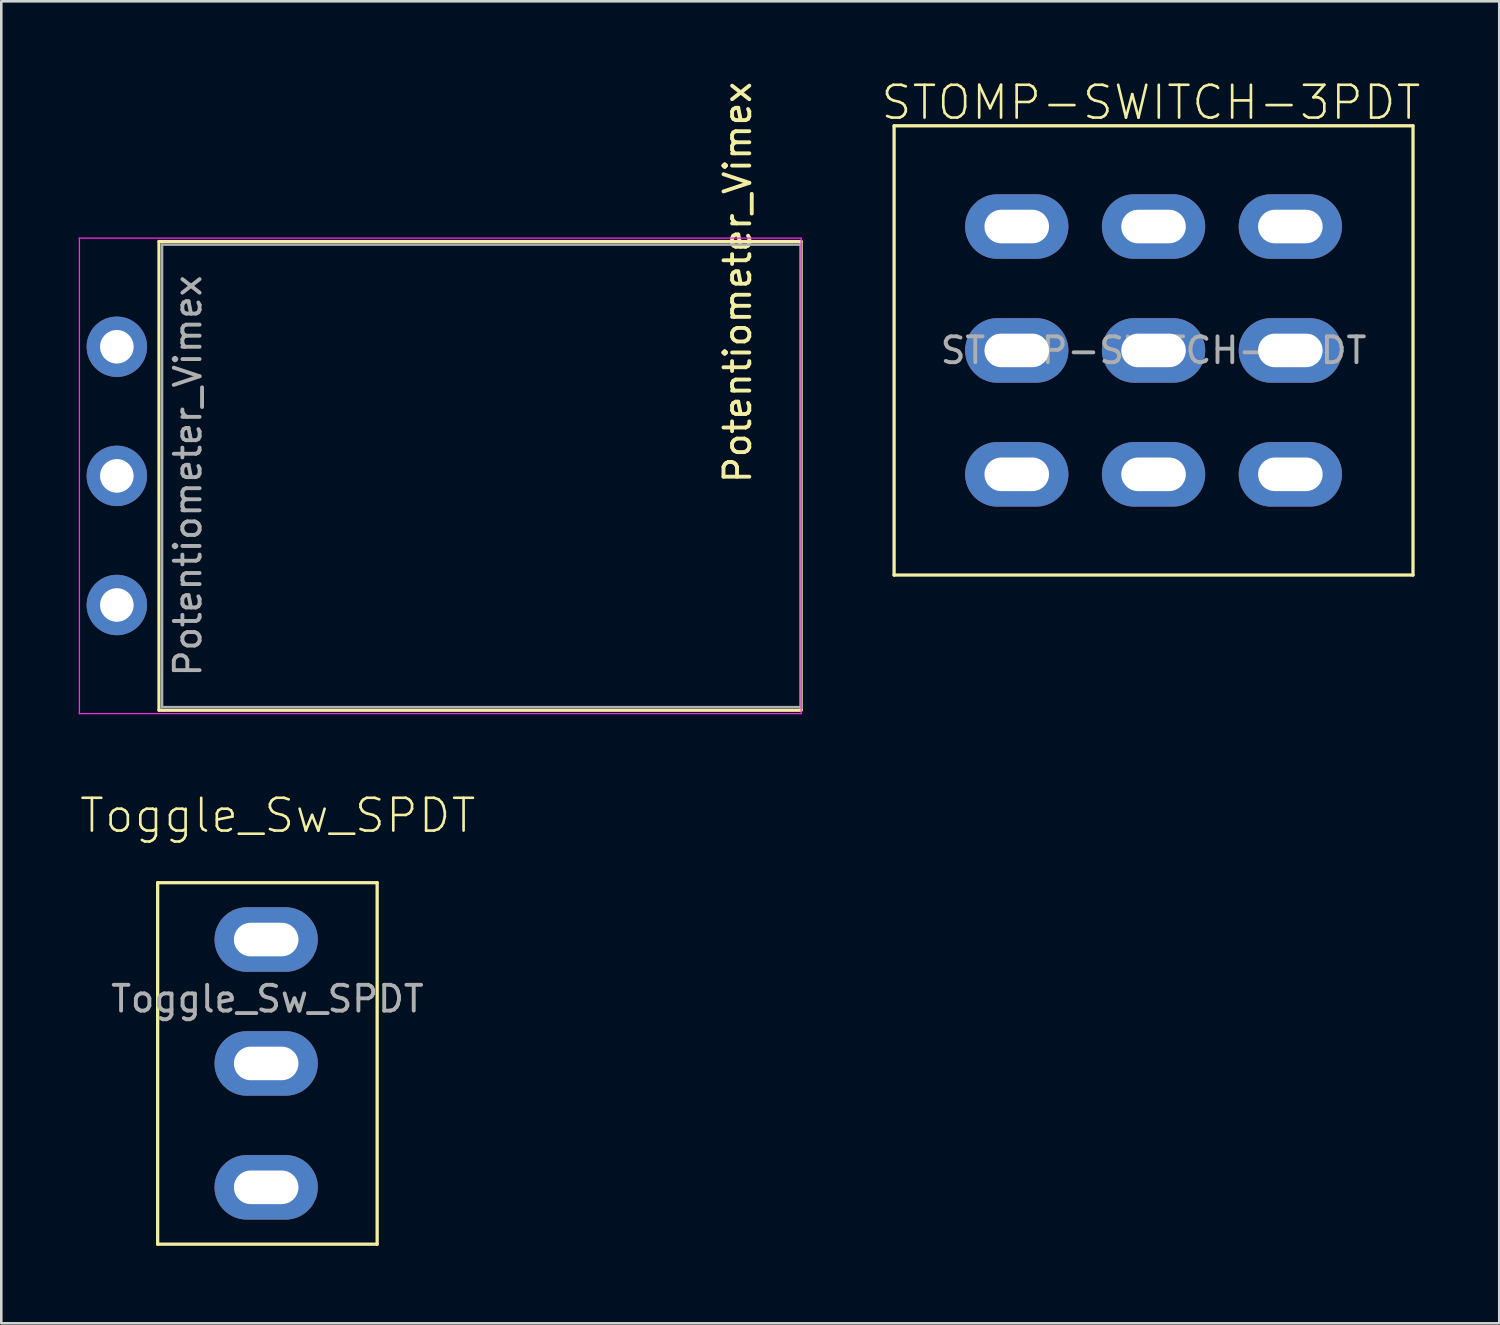
<source format=kicad_pcb>
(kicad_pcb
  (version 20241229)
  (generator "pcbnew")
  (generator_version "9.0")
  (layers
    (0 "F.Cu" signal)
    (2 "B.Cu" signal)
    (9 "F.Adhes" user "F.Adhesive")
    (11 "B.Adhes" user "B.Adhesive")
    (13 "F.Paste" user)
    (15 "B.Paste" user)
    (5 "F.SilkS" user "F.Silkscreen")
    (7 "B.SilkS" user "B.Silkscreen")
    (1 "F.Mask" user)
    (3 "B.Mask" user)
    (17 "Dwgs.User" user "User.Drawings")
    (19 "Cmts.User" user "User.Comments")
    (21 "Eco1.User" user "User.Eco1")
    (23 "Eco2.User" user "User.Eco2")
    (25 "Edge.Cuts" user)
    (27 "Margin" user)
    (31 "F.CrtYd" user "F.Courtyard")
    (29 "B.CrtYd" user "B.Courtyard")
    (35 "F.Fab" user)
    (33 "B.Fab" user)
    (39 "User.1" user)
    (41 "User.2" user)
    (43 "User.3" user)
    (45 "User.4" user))
  (footprint "Toggle_Sw_SPDT"
    (layer "F.Cu")
    (at 12.556 38.133)
    (property "Reference" "Toggle_Sw_SPDT" (at -4.85 -9.6 0) (layer "F.SilkS") (effects (font (size 1.27 1.27) (thickness 0.102))))
    (attr through_hole)
    (fp_line (start -9.5 -7) (end -9.5 7) (stroke (width 0.127) (type solid)) (layer "F.SilkS"))
    (fp_line (start -9.5 -7) (end -1 -7) (stroke (width 0.127) (type solid)) (layer "F.SilkS"))
    (fp_line (start -9.5 7) (end -1 7) (stroke (width 0.127) (type solid)) (layer "F.SilkS"))
    (fp_line (start -1 7) (end -1 -7) (stroke (width 0.127) (type solid)) (layer "F.SilkS"))
    (fp_text user "${REFERENCE}" (at -5.25 -2.5 0) (layer "F.Fab") (effects (font (size 1 1) (thickness 0.15))))
    (pad "1" thru_hole oval (at -5.298 -4.798) (size 4 2.5) (drill oval 2.5 1.3) (layers "*.Cu" "*.Mask"))
    (pad "2" thru_hole oval (at -5.298 0) (size 4 2.5) (drill oval 2.5 1.3) (layers "*.Cu" "*.Mask"))
    (pad "3" thru_hole oval (at -5.298 4.798) (size 4 2.5) (drill oval 2.5 1.3) (layers "*.Cu" "*.Mask")))
  (footprint "STOMP-SWITCH-3PDT"
    (layer "F.Cu")
    (at 41.623 10.521)
    (property "Reference" "STOMP-SWITCH-3PDT" (at -0.1 -9.6 0) (layer "F.SilkS") (effects (font (size 1.27 1.27) (thickness 0.102))))
    (attr through_hole)
    (fp_line (start -10.048 -8.699) (end -10.048 8.699) (stroke (width 0.127) (type solid)) (layer "F.SilkS"))
    (fp_line (start -10.048 -8.699) (end 10.048 -8.699) (stroke (width 0.127) (type solid)) (layer "F.SilkS"))
    (fp_line (start -10.048 8.699) (end 10.048 8.699) (stroke (width 0.127) (type solid)) (layer "F.SilkS"))
    (fp_line (start 10.048 8.699) (end 10.048 -8.699) (stroke (width 0.127) (type solid)) (layer "F.SilkS"))
    (fp_text user "${REFERENCE}" (at 0 0 0) (layer "F.Fab") (effects (font (size 1 1) (thickness 0.15))))
    (pad "1" thru_hole oval (at -5.298 -4.798) (size 4 2.5) (drill oval 2.5 1.3) (layers "*.Cu" "*.Mask"))
    (pad "2" thru_hole oval (at -5.298 0) (size 4 2.5) (drill oval 2.5 1.3) (layers "*.Cu" "*.Mask"))
    (pad "3" thru_hole oval (at -5.298 4.798) (size 4 2.5) (drill oval 2.5 1.3) (layers "*.Cu" "*.Mask"))
    (pad "4" thru_hole oval (at 0 -4.798) (size 4 2.5) (drill oval 2.5 1.3) (layers "*.Cu" "*.Mask"))
    (pad "5" thru_hole oval (at 0 0) (size 4 2.5) (drill oval 2.5 1.3) (layers "*.Cu" "*.Mask"))
    (pad "6" thru_hole oval (at 0 4.798) (size 4 2.5) (drill oval 2.5 1.3) (layers "*.Cu" "*.Mask"))
    (pad "7" thru_hole oval (at 5.298 -4.798) (size 4 2.5) (drill oval 2.5 1.3) (layers "*.Cu" "*.Mask"))
    (pad "8" thru_hole oval (at 5.298 0) (size 4 2.5) (drill oval 2.5 1.3) (layers "*.Cu" "*.Mask"))
    (pad "9" thru_hole oval (at 5.298 4.798) (size 4 2.5) (drill oval 2.5 1.3) (layers "*.Cu" "*.Mask")))
  (footprint "Potentiometer_Vimex"
    (layer "F.Cu")
    (at 1.475 20.379)
    (property "Reference" "Potentiometer_Vimex" (at 24.038 -12.492 270) (layer "F.SilkS") (effects (font (size 1 1) (thickness 0.15))))
    (attr through_hole)
    (fp_line (start 1.63 -14.078) (end 1.63 4.078) (stroke (width 0.12) (type solid)) (layer "F.SilkS"))
    (fp_line (start 1.63 -14.078) (end 26.5 -14.078) (stroke (width 0.12) (type solid)) (layer "F.SilkS"))
    (fp_line (start 1.63 4.078) (end 26.5 4.078) (stroke (width 0.12) (type solid)) (layer "F.SilkS"))
    (fp_line (start 26.5 -14.078) (end 26.5 4.078) (stroke (width 0.12) (type solid)) (layer "F.SilkS"))
    (fp_line (start -1.45 -14.208) (end -1.45 4.208) (stroke (width 0.05) (type solid)) (layer "F.CrtYd"))
    (fp_line (start -1.45 4.208) (end 26.5 4.208) (stroke (width 0.05) (type solid)) (layer "F.CrtYd"))
    (fp_line (start 26.5 -14.208) (end -1.45 -14.208) (stroke (width 0.05) (type solid)) (layer "F.CrtYd"))
    (fp_line (start 26.5 4.208) (end 26.5 -14.208) (stroke (width 0.05) (type solid)) (layer "F.CrtYd"))
    (fp_line (start 1.75 -13.958) (end 1.75 3.958) (stroke (width 0.1) (type solid)) (layer "F.Fab"))
    (fp_line (start 1.75 3.958) (end 26.5 3.958) (stroke (width 0.1) (type solid)) (layer "F.Fab"))
    (fp_line (start 26.5 -13.958) (end 1.75 -13.958) (stroke (width 0.1) (type solid)) (layer "F.Fab"))
    (fp_line (start 26.5 -13.958) (end 26.5 3.958) (stroke (width 0.1) (type solid)) (layer "F.Fab"))
    (fp_text user "${REFERENCE}" (at 2.75 -5 270) (layer "F.Fab") (effects (font (size 1 1) (thickness 0.15))))
    (pad "1" thru_hole circle (at 0 0) (size 2.34 2.34) (drill 1.3) (layers "*.Cu" "*.Mask"))
    (pad "2" thru_hole circle (at 0 -5) (size 2.34 2.34) (drill 1.3) (layers "*.Cu" "*.Mask"))
    (pad "3" thru_hole circle (at 0 -10) (size 2.34 2.34) (drill 1.3) (layers "*.Cu" "*.Mask")))
  (gr_rect
    (start -3 -3)
    (end 55.011 48.197)
    (stroke (width 0.1) (type default))
    (fill no)
    (layer "Edge.Cuts")))
</source>
